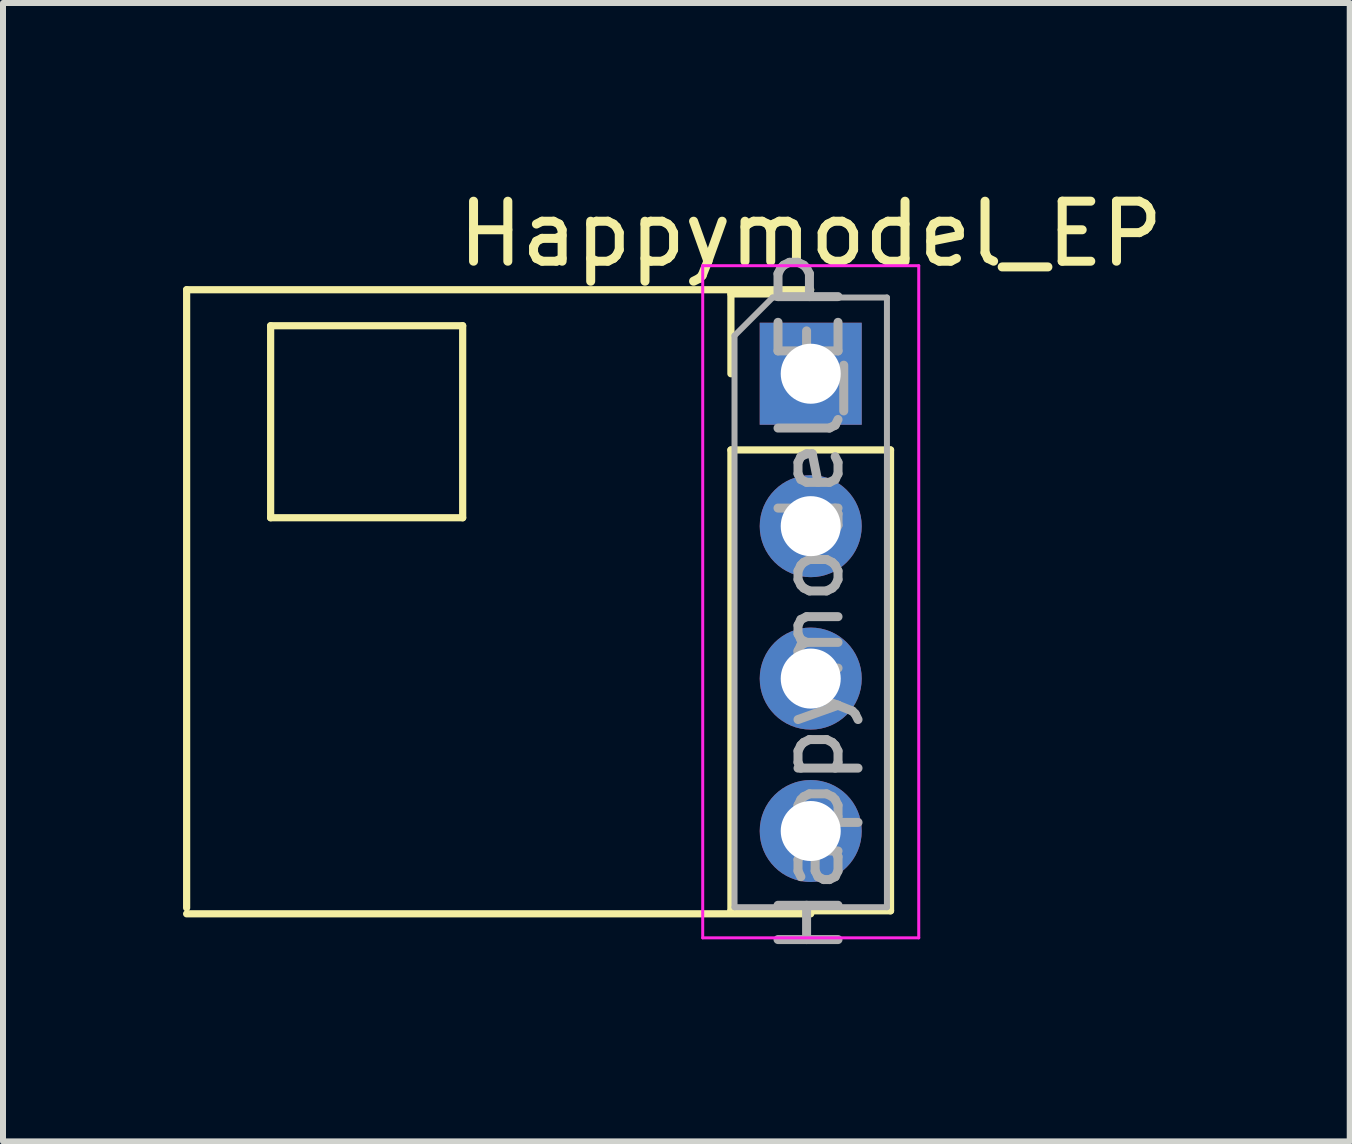
<source format=kicad_pcb>
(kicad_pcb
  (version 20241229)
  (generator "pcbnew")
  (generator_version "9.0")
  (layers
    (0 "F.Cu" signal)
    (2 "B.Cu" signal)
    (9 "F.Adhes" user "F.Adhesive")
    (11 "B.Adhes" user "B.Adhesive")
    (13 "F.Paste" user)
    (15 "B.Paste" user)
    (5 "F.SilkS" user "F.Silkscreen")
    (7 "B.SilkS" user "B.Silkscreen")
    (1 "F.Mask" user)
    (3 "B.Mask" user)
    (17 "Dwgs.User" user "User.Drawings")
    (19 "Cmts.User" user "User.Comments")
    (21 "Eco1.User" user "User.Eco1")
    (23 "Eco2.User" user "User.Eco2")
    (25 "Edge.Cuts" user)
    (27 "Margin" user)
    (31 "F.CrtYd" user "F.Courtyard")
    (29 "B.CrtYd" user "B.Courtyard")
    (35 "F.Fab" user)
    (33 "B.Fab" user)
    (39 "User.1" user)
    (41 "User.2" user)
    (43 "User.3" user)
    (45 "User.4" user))
  (footprint "Happymodel_EP"
    (layer "F.Cu")
    (at 10.46 3.178)
    (property "Reference" "Happymodel_EP" (at 0 -2.33 0) (layer "F.SilkS") (effects (font (size 1 1) (thickness 0.15))))
    (attr through_hole)
    (fp_line (start -10.4 -1.4) (end 0 -1.4) (stroke (width 0.12) (type solid)) (layer "F.SilkS"))
    (fp_line (start -10.4 8.9) (end -10.4 -1.4) (stroke (width 0.12) (type solid)) (layer "F.SilkS"))
    (fp_line (start -9 -0.8) (end -5.8 -0.8) (stroke (width 0.12) (type solid)) (layer "F.SilkS"))
    (fp_line (start -9 2.4) (end -9 -0.8) (stroke (width 0.12) (type solid)) (layer "F.SilkS"))
    (fp_line (start -9 2.4) (end -5.8 2.4) (stroke (width 0.12) (type solid)) (layer "F.SilkS"))
    (fp_line (start -5.8 -0.8) (end -5.8 2.4) (stroke (width 0.12) (type solid)) (layer "F.SilkS"))
    (fp_line (start -1.33 -1.33) (end 0 -1.33) (stroke (width 0.12) (type solid)) (layer "F.SilkS"))
    (fp_line (start -1.33 0) (end -1.33 -1.33) (stroke (width 0.12) (type solid)) (layer "F.SilkS"))
    (fp_line (start -1.33 1.27) (end -1.33 8.95) (stroke (width 0.12) (type solid)) (layer "F.SilkS"))
    (fp_line (start -1.33 1.27) (end 1.33 1.27) (stroke (width 0.12) (type solid)) (layer "F.SilkS"))
    (fp_line (start -1.33 8.95) (end 1.33 8.95) (stroke (width 0.12) (type solid)) (layer "F.SilkS"))
    (fp_line (start 0 9) (end -10.4 9) (stroke (width 0.12) (type solid)) (layer "F.SilkS"))
    (fp_line (start 1.33 1.27) (end 1.33 8.95) (stroke (width 0.12) (type solid)) (layer "F.SilkS"))
    (fp_line (start -1.8 -1.8) (end -1.8 9.4) (stroke (width 0.05) (type solid)) (layer "F.CrtYd"))
    (fp_line (start -1.8 9.4) (end 1.8 9.4) (stroke (width 0.05) (type solid)) (layer "F.CrtYd"))
    (fp_line (start 1.8 -1.8) (end -1.8 -1.8) (stroke (width 0.05) (type solid)) (layer "F.CrtYd"))
    (fp_line (start 1.8 9.4) (end 1.8 -1.8) (stroke (width 0.05) (type solid)) (layer "F.CrtYd"))
    (fp_line (start -1.27 -0.635) (end -0.635 -1.27) (stroke (width 0.1) (type solid)) (layer "F.Fab"))
    (fp_line (start -1.27 8.89) (end -1.27 -0.635) (stroke (width 0.1) (type solid)) (layer "F.Fab"))
    (fp_line (start -0.635 -1.27) (end 1.27 -1.27) (stroke (width 0.1) (type solid)) (layer "F.Fab"))
    (fp_line (start 1.27 -1.27) (end 1.27 8.89) (stroke (width 0.1) (type solid)) (layer "F.Fab"))
    (fp_line (start 1.27 8.89) (end -1.27 8.89) (stroke (width 0.1) (type solid)) (layer "F.Fab"))
    (fp_text user "${REFERENCE}" (at 0 3.81 90) (layer "F.Fab") (effects (font (size 1 1) (thickness 0.15))))
    (pad "1" thru_hole rect (at 0 0) (size 1.7 1.7) (drill 1) (layers "*.Cu" "*.Mask"))
    (pad "2" thru_hole oval (at 0 2.54) (size 1.7 1.7) (drill 1) (layers "*.Cu" "*.Mask"))
    (pad "3" thru_hole oval (at 0 5.08) (size 1.7 1.7) (drill 1) (layers "*.Cu" "*.Mask"))
    (pad "4" thru_hole oval (at 0 7.62) (size 1.7 1.7) (drill 1) (layers "*.Cu" "*.Mask")))
  (gr_rect
    (start -3 -3)
    (end 19.442 15.97)
    (stroke (width 0.1) (type default))
    (fill no)
    (layer "Edge.Cuts")))
</source>
